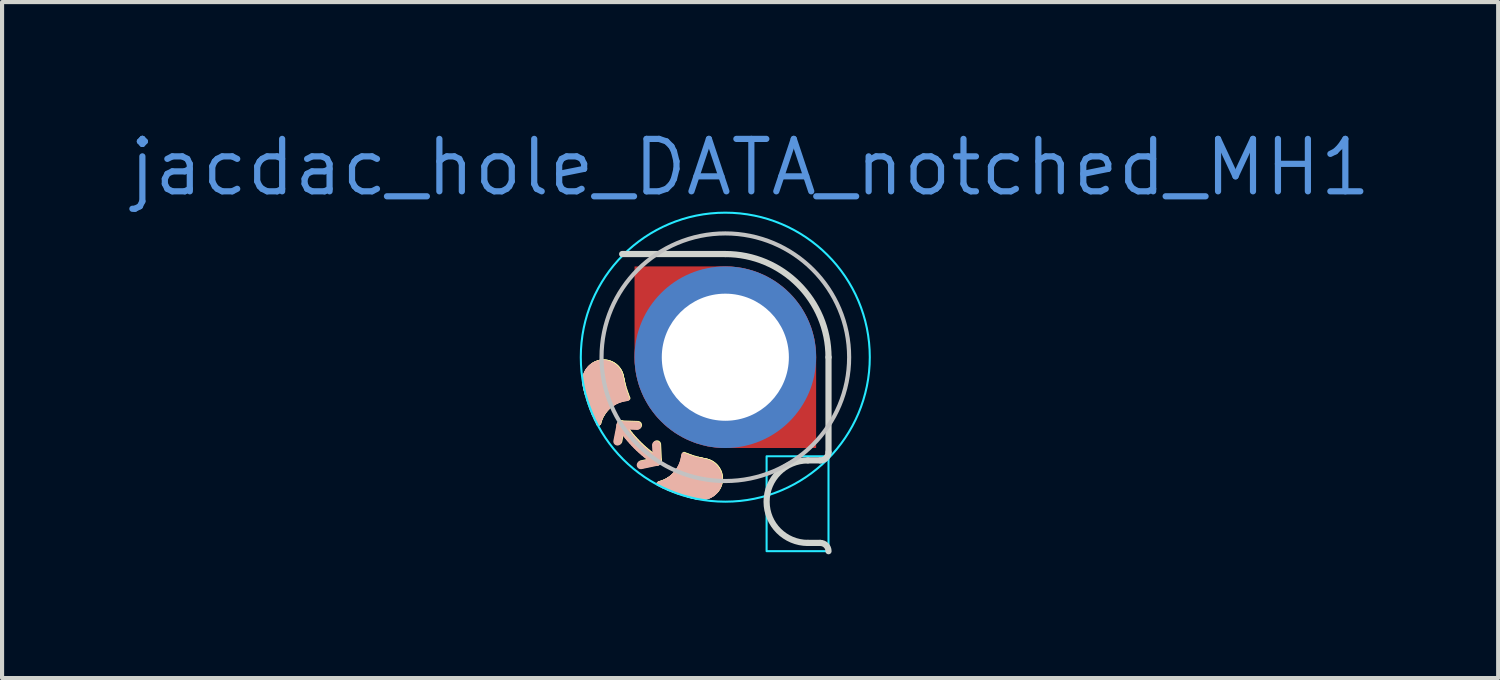
<source format=kicad_pcb>
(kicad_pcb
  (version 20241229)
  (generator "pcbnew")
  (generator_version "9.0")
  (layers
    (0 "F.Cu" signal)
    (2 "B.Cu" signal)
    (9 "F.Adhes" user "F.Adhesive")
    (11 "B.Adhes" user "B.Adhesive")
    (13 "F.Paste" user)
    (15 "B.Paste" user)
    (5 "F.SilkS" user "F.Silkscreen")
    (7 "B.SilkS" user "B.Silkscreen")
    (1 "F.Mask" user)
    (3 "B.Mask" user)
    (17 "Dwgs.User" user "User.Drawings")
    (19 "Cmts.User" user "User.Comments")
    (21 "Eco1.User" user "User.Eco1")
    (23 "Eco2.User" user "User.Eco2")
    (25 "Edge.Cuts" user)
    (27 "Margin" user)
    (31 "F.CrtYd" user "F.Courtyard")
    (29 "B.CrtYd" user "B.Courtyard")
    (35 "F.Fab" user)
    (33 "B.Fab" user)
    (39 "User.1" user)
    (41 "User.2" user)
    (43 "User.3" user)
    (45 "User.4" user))
  (footprint "jacdac_hole_DATA_notched_MH1"
    (layer "F.Cu")
    (at 14.526 5.606)
    (property "Reference" "jacdac_hole_DATA_notched_MH1" (at 0.6 -4.6 0) (layer "Cmts.User") (effects (font (size 1.27 1.27) (thickness 0.15))))
    (attr through_hole)
    (fp_poly (pts (arc (start 2.5 0) (mid 1.767767 -1.767767) (end 0 -2.5)) (xy -2.5 -2.5) (arc (start -2.5 0) (mid -1.767767 1.767767) (end 0 2.5)) (xy 2.5 2.5)) (stroke (width 0) (type solid)) (fill yes) (layer "F.Mask"))
    (fp_circle (center 0 0) (end 2.5 0) (stroke (width 0) (type solid)) (fill yes) (layer "B.Mask"))
    (fp_line (start -3.399 0.554) (end -3.399 0.576) (stroke (width 0.1) (type solid)) (layer "F.SilkS"))
    (fp_line (start -3.399 0.532) (end -3.399 0.554) (stroke (width 0.1) (type solid)) (layer "F.SilkS"))
    (fp_line (start -3.399 0.576) (end -3.397 0.599) (stroke (width 0.1) (type solid)) (layer "F.SilkS"))
    (fp_line (start -3.397 0.51) (end -3.399 0.532) (stroke (width 0.1) (type solid)) (layer "F.SilkS"))
    (fp_line (start -3.397 0.599) (end -3.394 0.622) (stroke (width 0.1) (type solid)) (layer "F.SilkS"))
    (fp_line (start -3.394 0.488) (end -3.397 0.51) (stroke (width 0.1) (type solid)) (layer "F.SilkS"))
    (fp_line (start -3.394 0.622) (end -3.368 0.749) (stroke (width 0.1) (type solid)) (layer "F.SilkS"))
    (fp_line (start -3.394 0.622) (end -3.39 0.644) (stroke (width 0.1) (type solid)) (layer "F.SilkS"))
    (fp_line (start -3.391 0.466) (end -3.394 0.488) (stroke (width 0.1) (type solid)) (layer "F.SilkS"))
    (fp_line (start -3.386 0.445) (end -3.391 0.466) (stroke (width 0.1) (type solid)) (layer "F.SilkS"))
    (fp_line (start -3.38 0.424) (end -3.386 0.445) (stroke (width 0.1) (type solid)) (layer "F.SilkS"))
    (fp_line (start -3.373 0.404) (end -3.38 0.424) (stroke (width 0.1) (type solid)) (layer "F.SilkS"))
    (fp_line (start -3.368 0.749) (end -3.338 0.875) (stroke (width 0.1) (type solid)) (layer "F.SilkS"))
    (fp_line (start -3.366 0.383) (end -3.373 0.404) (stroke (width 0.1) (type solid)) (layer "F.SilkS"))
    (fp_line (start -3.357 0.364) (end -3.366 0.383) (stroke (width 0.1) (type solid)) (layer "F.SilkS"))
    (fp_line (start -3.348 0.344) (end -3.357 0.364) (stroke (width 0.1) (type solid)) (layer "F.SilkS"))
    (fp_line (start -3.338 0.875) (end -3.302 0.999) (stroke (width 0.1) (type solid)) (layer "F.SilkS"))
    (fp_line (start -3.337 0.326) (end -3.348 0.344) (stroke (width 0.1) (type solid)) (layer "F.SilkS"))
    (fp_line (start -3.326 0.307) (end -3.337 0.326) (stroke (width 0.1) (type solid)) (layer "F.SilkS"))
    (fp_line (start -3.314 0.29) (end -3.326 0.307) (stroke (width 0.1) (type solid)) (layer "F.SilkS"))
    (fp_line (start -3.302 0.999) (end -3.263 1.122) (stroke (width 0.1) (type solid)) (layer "F.SilkS"))
    (fp_line (start -3.3 0.272) (end -3.314 0.29) (stroke (width 0.1) (type solid)) (layer "F.SilkS"))
    (fp_line (start -3.287 0.256) (end -3.3 0.272) (stroke (width 0.1) (type solid)) (layer "F.SilkS"))
    (fp_line (start -3.272 0.24) (end -3.287 0.256) (stroke (width 0.1) (type solid)) (layer "F.SilkS"))
    (fp_line (start -3.263 1.122) (end -3.218 1.244) (stroke (width 0.1) (type solid)) (layer "F.SilkS"))
    (fp_line (start -3.257 0.225) (end -3.272 0.24) (stroke (width 0.1) (type solid)) (layer "F.SilkS"))
    (fp_line (start -3.24 0.211) (end -3.257 0.225) (stroke (width 0.1) (type solid)) (layer "F.SilkS"))
    (fp_line (start -3.224 0.197) (end -3.24 0.211) (stroke (width 0.1) (type solid)) (layer "F.SilkS"))
    (fp_line (start -3.218 1.244) (end -3.169 1.363) (stroke (width 0.1) (type solid)) (layer "F.SilkS"))
    (fp_line (start -3.206 0.184) (end -3.224 0.197) (stroke (width 0.1) (type solid)) (layer "F.SilkS"))
    (fp_line (start -3.188 0.172) (end -3.206 0.184) (stroke (width 0.1) (type solid)) (layer "F.SilkS"))
    (fp_line (start -3.169 1.363) (end -3.116 1.481) (stroke (width 0.1) (type solid)) (layer "F.SilkS"))
    (fp_line (start -3.169 0.161) (end -3.188 0.172) (stroke (width 0.1) (type solid)) (layer "F.SilkS"))
    (fp_line (start -3.149 0.15) (end -3.169 0.161) (stroke (width 0.1) (type solid)) (layer "F.SilkS"))
    (fp_line (start -3.129 0.141) (end -3.149 0.15) (stroke (width 0.1) (type solid)) (layer "F.SilkS"))
    (fp_line (start -3.116 1.481) (end -3.058 1.597) (stroke (width 0.1) (type solid)) (layer "F.SilkS"))
    (fp_line (start -3.108 0.133) (end -3.129 0.141) (stroke (width 0.1) (type solid)) (layer "F.SilkS"))
    (fp_line (start -3.087 0.125) (end -3.108 0.133) (stroke (width 0.1) (type solid)) (layer "F.SilkS"))
    (fp_line (start -3.069 1.236) (end -3.069 1.261) (stroke (width 0.33) (type solid)) (layer "F.SilkS"))
    (fp_line (start -3.069 1.261) (end -3.066 1.286) (stroke (width 0.33) (type solid)) (layer "F.SilkS"))
    (fp_line (start -3.069 1.211) (end -3.069 1.236) (stroke (width 0.33) (type solid)) (layer "F.SilkS"))
    (fp_line (start -3.066 1.286) (end -3.062 1.311) (stroke (width 0.33) (type solid)) (layer "F.SilkS"))
    (fp_line (start -3.066 1.186) (end -3.069 1.211) (stroke (width 0.33) (type solid)) (layer "F.SilkS"))
    (fp_line (start -3.065 0.119) (end -3.087 0.125) (stroke (width 0.1) (type solid)) (layer "F.SilkS"))
    (fp_line (start -3.062 1.161) (end -3.066 1.186) (stroke (width 0.33) (type solid)) (layer "F.SilkS"))
    (fp_line (start -3.058 1.597) (end -3.058 1.597) (stroke (width 0.1) (type solid)) (layer "F.SilkS"))
    (fp_line (start -3.058 1.597) (end -3.049 1.566) (stroke (width 0.1) (type solid)) (layer "F.SilkS"))
    (fp_line (start -3.056 1.137) (end -3.062 1.161) (stroke (width 0.33) (type solid)) (layer "F.SilkS"))
    (fp_line (start -3.049 1.566) (end -3.04 1.536) (stroke (width 0.1) (type solid)) (layer "F.SilkS"))
    (fp_line (start -3.048 1.114) (end -3.056 1.137) (stroke (width 0.33) (type solid)) (layer "F.SilkS"))
    (fp_line (start -3.043 0.113) (end -3.065 0.119) (stroke (width 0.1) (type solid)) (layer "F.SilkS"))
    (fp_line (start -3.043 0.113) (end -3.043 0.113) (stroke (width 0.1) (type solid)) (layer "F.SilkS"))
    (fp_line (start -3.04 1.536) (end -3.029 1.506) (stroke (width 0.1) (type solid)) (layer "F.SilkS"))
    (fp_line (start -3.039 1.09) (end -3.048 1.114) (stroke (width 0.33) (type solid)) (layer "F.SilkS"))
    (fp_line (start -3.029 1.506) (end -3.017 1.477) (stroke (width 0.1) (type solid)) (layer "F.SilkS"))
    (fp_line (start -3.029 1.068) (end -3.039 1.09) (stroke (width 0.33) (type solid)) (layer "F.SilkS"))
    (fp_line (start -3.02 0.109) (end -3.043 0.113) (stroke (width 0.1) (type solid)) (layer "F.SilkS"))
    (fp_line (start -3.017 1.477) (end -3.005 1.448) (stroke (width 0.1) (type solid)) (layer "F.SilkS"))
    (fp_line (start -3.017 1.046) (end -3.029 1.068) (stroke (width 0.33) (type solid)) (layer "F.SilkS"))
    (fp_line (start -3.005 1.448) (end -2.991 1.42) (stroke (width 0.1) (type solid)) (layer "F.SilkS"))
    (fp_line (start -3.003 1.025) (end -3.017 1.046) (stroke (width 0.33) (type solid)) (layer "F.SilkS"))
    (fp_line (start -2.997 0.106) (end -3.02 0.109) (stroke (width 0.1) (type solid)) (layer "F.SilkS"))
    (fp_line (start -2.991 1.42) (end -2.976 1.393) (stroke (width 0.1) (type solid)) (layer "F.SilkS"))
    (fp_line (start -2.988 1.005) (end -3.003 1.025) (stroke (width 0.33) (type solid)) (layer "F.SilkS"))
    (fp_line (start -2.976 1.393) (end -2.96 1.367) (stroke (width 0.1) (type solid)) (layer "F.SilkS"))
    (fp_line (start -2.975 0.104) (end -2.997 0.106) (stroke (width 0.1) (type solid)) (layer "F.SilkS"))
    (fp_line (start -2.971 0.986) (end -2.988 1.005) (stroke (width 0.33) (type solid)) (layer "F.SilkS"))
    (fp_line (start -2.96 1.367) (end -2.943 1.341) (stroke (width 0.1) (type solid)) (layer "F.SilkS"))
    (fp_line (start -2.954 0.968) (end -2.971 0.986) (stroke (width 0.33) (type solid)) (layer "F.SilkS"))
    (fp_line (start -2.952 0.104) (end -2.975 0.104) (stroke (width 0.1) (type solid)) (layer "F.SilkS"))
    (fp_line (start -2.947 0.566) (end -2.94 0.603) (stroke (width 1) (type solid)) (layer "F.SilkS"))
    (fp_line (start -2.943 1.341) (end -2.925 1.316) (stroke (width 0.1) (type solid)) (layer "F.SilkS"))
    (fp_line (start -2.94 0.603) (end -2.932 0.639) (stroke (width 1) (type solid)) (layer "F.SilkS"))
    (fp_line (start -2.934 0.951) (end -2.954 0.968) (stroke (width 0.33) (type solid)) (layer "F.SilkS"))
    (fp_line (start -2.934 0.951) (end -2.934 0.951) (stroke (width 0.33) (type solid)) (layer "F.SilkS"))
    (fp_line (start -2.932 0.639) (end -2.924 0.675) (stroke (width 1) (type solid)) (layer "F.SilkS"))
    (fp_line (start -2.93 0.104) (end -2.952 0.104) (stroke (width 0.1) (type solid)) (layer "F.SilkS"))
    (fp_line (start -2.925 1.316) (end -2.907 1.291) (stroke (width 0.1) (type solid)) (layer "F.SilkS"))
    (fp_line (start -2.924 0.675) (end -2.915 0.711) (stroke (width 1) (type solid)) (layer "F.SilkS"))
    (fp_line (start -2.914 0.936) (end -2.934 0.951) (stroke (width 0.33) (type solid)) (layer "F.SilkS"))
    (fp_line (start -2.908 0.105) (end -2.93 0.104) (stroke (width 0.1) (type solid)) (layer "F.SilkS"))
    (fp_line (start -2.907 1.291) (end -2.887 1.268) (stroke (width 0.1) (type solid)) (layer "F.SilkS"))
    (fp_line (start -2.893 0.922) (end -2.914 0.936) (stroke (width 0.33) (type solid)) (layer "F.SilkS"))
    (fp_line (start -2.887 1.268) (end -2.866 1.245) (stroke (width 0.1) (type solid)) (layer "F.SilkS"))
    (fp_line (start -2.886 0.108) (end -2.908 0.105) (stroke (width 0.1) (type solid)) (layer "F.SilkS"))
    (fp_line (start -2.871 0.909) (end -2.893 0.922) (stroke (width 0.33) (type solid)) (layer "F.SilkS"))
    (fp_line (start -2.866 1.245) (end -2.845 1.223) (stroke (width 0.1) (type solid)) (layer "F.SilkS"))
    (fp_line (start -2.865 0.111) (end -2.886 0.108) (stroke (width 0.1) (type solid)) (layer "F.SilkS"))
    (fp_line (start -2.848 0.898) (end -2.871 0.909) (stroke (width 0.33) (type solid)) (layer "F.SilkS"))
    (fp_line (start -2.845 1.223) (end -2.823 1.202) (stroke (width 0.1) (type solid)) (layer "F.SilkS"))
    (fp_line (start -2.843 0.116) (end -2.865 0.111) (stroke (width 0.1) (type solid)) (layer "F.SilkS"))
    (fp_line (start -2.825 0.889) (end -2.848 0.898) (stroke (width 0.33) (type solid)) (layer "F.SilkS"))
    (fp_line (start -2.823 1.202) (end -2.8 1.181) (stroke (width 0.1) (type solid)) (layer "F.SilkS"))
    (fp_line (start -2.822 0.122) (end -2.843 0.116) (stroke (width 0.1) (type solid)) (layer "F.SilkS"))
    (fp_line (start -2.802 0.128) (end -2.822 0.122) (stroke (width 0.1) (type solid)) (layer "F.SilkS"))
    (fp_line (start -2.802 0.881) (end -2.825 0.889) (stroke (width 0.33) (type solid)) (layer "F.SilkS"))
    (fp_line (start -2.8 1.181) (end -2.776 1.162) (stroke (width 0.1) (type solid)) (layer "F.SilkS"))
    (fp_line (start -2.782 0.136) (end -2.802 0.128) (stroke (width 0.1) (type solid)) (layer "F.SilkS"))
    (fp_line (start -2.777 0.875) (end -2.802 0.881) (stroke (width 0.33) (type solid)) (layer "F.SilkS"))
    (fp_line (start -2.776 1.162) (end -2.752 1.144) (stroke (width 0.1) (type solid)) (layer "F.SilkS"))
    (fp_line (start -2.762 0.144) (end -2.782 0.136) (stroke (width 0.1) (type solid)) (layer "F.SilkS"))
    (fp_line (start -2.753 0.871) (end -2.777 0.875) (stroke (width 0.33) (type solid)) (layer "F.SilkS"))
    (fp_line (start -2.752 1.144) (end -2.727 1.126) (stroke (width 0.1) (type solid)) (layer "F.SilkS"))
    (fp_line (start -2.742 0.154) (end -2.762 0.144) (stroke (width 0.1) (type solid)) (layer "F.SilkS"))
    (fp_line (start -2.728 0.868) (end -2.753 0.871) (stroke (width 0.33) (type solid)) (layer "F.SilkS"))
    (fp_line (start -2.727 1.126) (end -2.701 1.109) (stroke (width 0.1) (type solid)) (layer "F.SilkS"))
    (fp_line (start -2.724 0.164) (end -2.742 0.154) (stroke (width 0.1) (type solid)) (layer "F.SilkS"))
    (fp_line (start -2.705 0.175) (end -2.724 0.164) (stroke (width 0.1) (type solid)) (layer "F.SilkS"))
    (fp_line (start -2.704 0.867) (end -2.728 0.868) (stroke (width 0.33) (type solid)) (layer "F.SilkS"))
    (fp_line (start -2.701 1.109) (end -2.675 1.094) (stroke (width 0.1) (type solid)) (layer "F.SilkS"))
    (fp_line (start -2.687 0.187) (end -2.705 0.175) (stroke (width 0.1) (type solid)) (layer "F.SilkS"))
    (fp_line (start -2.679 0.868) (end -2.704 0.867) (stroke (width 0.33) (type solid)) (layer "F.SilkS"))
    (fp_line (start -2.675 1.094) (end -2.648 1.079) (stroke (width 0.1) (type solid)) (layer "F.SilkS"))
    (fp_line (start -2.67 0.2) (end -2.687 0.187) (stroke (width 0.1) (type solid)) (layer "F.SilkS"))
    (fp_line (start -2.654 0.87) (end -2.679 0.868) (stroke (width 0.33) (type solid)) (layer "F.SilkS"))
    (fp_line (start -2.654 0.214) (end -2.67 0.2) (stroke (width 0.1) (type solid)) (layer "F.SilkS"))
    (fp_line (start -2.648 1.079) (end -2.62 1.066) (stroke (width 0.1) (type solid)) (layer "F.SilkS"))
    (fp_line (start -2.638 0.229) (end -2.654 0.214) (stroke (width 0.1) (type solid)) (layer "F.SilkS"))
    (fp_line (start -2.629 0.874) (end -2.654 0.87) (stroke (width 0.33) (type solid)) (layer "F.SilkS"))
    (fp_line (start -2.622 0.244) (end -2.638 0.229) (stroke (width 0.1) (type solid)) (layer "F.SilkS"))
    (fp_line (start -2.62 1.066) (end -2.592 1.053) (stroke (width 0.1) (type solid)) (layer "F.SilkS"))
    (fp_line (start -2.608 0.26) (end -2.622 0.244) (stroke (width 0.1) (type solid)) (layer "F.SilkS"))
    (fp_line (start -2.605 0.879) (end -2.629 0.874) (stroke (width 0.33) (type solid)) (layer "F.SilkS"))
    (fp_line (start -2.594 0.277) (end -2.608 0.26) (stroke (width 0.1) (type solid)) (layer "F.SilkS"))
    (fp_line (start -2.594 2.023) (end -2.518 1.63) (stroke (width 0.2) (type solid)) (layer "F.SilkS"))
    (fp_line (start -2.592 1.053) (end -2.563 1.042) (stroke (width 0.1) (type solid)) (layer "F.SilkS"))
    (fp_line (start -2.581 0.294) (end -2.594 0.277) (stroke (width 0.1) (type solid)) (layer "F.SilkS"))
    (fp_line (start -2.58 0.887) (end -2.605 0.879) (stroke (width 0.33) (type solid)) (layer "F.SilkS"))
    (fp_line (start -2.569 0.312) (end -2.581 0.294) (stroke (width 0.1) (type solid)) (layer "F.SilkS"))
    (fp_line (start -2.563 1.042) (end -2.534 1.031) (stroke (width 0.1) (type solid)) (layer "F.SilkS"))
    (fp_line (start -2.558 0.331) (end -2.569 0.312) (stroke (width 0.1) (type solid)) (layer "F.SilkS"))
    (fp_line (start -2.556 0.896) (end -2.58 0.887) (stroke (width 0.33) (type solid)) (layer "F.SilkS"))
    (fp_line (start -2.547 0.351) (end -2.558 0.331) (stroke (width 0.1) (type solid)) (layer "F.SilkS"))
    (fp_line (start -2.538 0.371) (end -2.547 0.351) (stroke (width 0.1) (type solid)) (layer "F.SilkS"))
    (fp_line (start -2.534 1.031) (end -2.504 1.022) (stroke (width 0.1) (type solid)) (layer "F.SilkS"))
    (fp_line (start -2.529 0.392) (end -2.538 0.371) (stroke (width 0.1) (type solid)) (layer "F.SilkS"))
    (fp_line (start -2.522 0.413) (end -2.529 0.392) (stroke (width 0.1) (type solid)) (layer "F.SilkS"))
    (fp_line (start -2.518 1.63) (end -2.474 1.696) (stroke (width 0.2) (type solid)) (layer "F.SilkS"))
    (fp_line (start -2.518 1.63) (end -2.118 1.644) (stroke (width 0.2) (type solid)) (layer "F.SilkS"))
    (fp_line (start -2.515 0.435) (end -2.522 0.413) (stroke (width 0.1) (type solid)) (layer "F.SilkS"))
    (fp_line (start -2.51 0.457) (end -2.515 0.435) (stroke (width 0.1) (type solid)) (layer "F.SilkS"))
    (fp_line (start -2.51 0.457) (end -2.497 0.523) (stroke (width 0.1) (type solid)) (layer "F.SilkS"))
    (fp_line (start -2.504 1.022) (end -2.474 1.014) (stroke (width 0.1) (type solid)) (layer "F.SilkS"))
    (fp_line (start -2.497 0.523) (end -2.482 0.588) (stroke (width 0.1) (type solid)) (layer "F.SilkS"))
    (fp_line (start -2.482 0.588) (end -2.466 0.653) (stroke (width 0.1) (type solid)) (layer "F.SilkS"))
    (fp_line (start -2.474 1.696) (end -2.428 1.76) (stroke (width 0.2) (type solid)) (layer "F.SilkS"))
    (fp_line (start -2.474 1.014) (end -2.443 1.007) (stroke (width 0.1) (type solid)) (layer "F.SilkS"))
    (fp_line (start -2.466 0.653) (end -2.448 0.717) (stroke (width 0.1) (type solid)) (layer "F.SilkS"))
    (fp_line (start -2.448 0.717) (end -2.428 0.781) (stroke (width 0.1) (type solid)) (layer "F.SilkS"))
    (fp_line (start -2.443 1.007) (end -2.412 1.001) (stroke (width 0.1) (type solid)) (layer "F.SilkS"))
    (fp_line (start -2.428 1.76) (end -2.381 1.823) (stroke (width 0.2) (type solid)) (layer "F.SilkS"))
    (fp_line (start -2.428 0.781) (end -2.406 0.844) (stroke (width 0.1) (type solid)) (layer "F.SilkS"))
    (fp_line (start -2.412 1.001) (end -2.38 0.997) (stroke (width 0.1) (type solid)) (layer "F.SilkS"))
    (fp_line (start -2.406 0.844) (end -2.383 0.907) (stroke (width 0.1) (type solid)) (layer "F.SilkS"))
    (fp_line (start -2.383 0.907) (end -2.359 0.969) (stroke (width 0.1) (type solid)) (layer "F.SilkS"))
    (fp_line (start -2.381 1.823) (end -2.333 1.885) (stroke (width 0.2) (type solid)) (layer "F.SilkS"))
    (fp_line (start -2.38 0.997) (end -2.349 0.993) (stroke (width 0.1) (type solid)) (layer "F.SilkS"))
    (fp_line (start -2.333 1.885) (end -2.283 1.945) (stroke (width 0.2) (type solid)) (layer "F.SilkS"))
    (fp_line (start -2.283 1.945) (end -2.231 2.004) (stroke (width 0.2) (type solid)) (layer "F.SilkS"))
    (fp_line (start -2.231 2.004) (end -2.178 2.061) (stroke (width 0.2) (type solid)) (layer "F.SilkS"))
    (fp_line (start -2.178 2.061) (end -2.123 2.118) (stroke (width 0.2) (type solid)) (layer "F.SilkS"))
    (fp_line (start -2.123 2.118) (end -2.067 2.172) (stroke (width 0.2) (type solid)) (layer "F.SilkS"))
    (fp_line (start -2.067 2.172) (end -2.009 2.226) (stroke (width 0.2) (type solid)) (layer "F.SilkS"))
    (fp_line (start -2.009 2.226) (end -1.95 2.277) (stroke (width 0.2) (type solid)) (layer "F.SilkS"))
    (fp_line (start -1.95 2.277) (end -1.89 2.327) (stroke (width 0.2) (type solid)) (layer "F.SilkS"))
    (fp_line (start -1.89 2.327) (end -1.828 2.376) (stroke (width 0.2) (type solid)) (layer "F.SilkS"))
    (fp_line (start -1.828 2.376) (end -1.765 2.423) (stroke (width 0.2) (type solid)) (layer "F.SilkS"))
    (fp_line (start -1.765 2.423) (end -1.701 2.469) (stroke (width 0.2) (type solid)) (layer "F.SilkS"))
    (fp_line (start -1.701 2.469) (end -1.635 2.512) (stroke (width 0.2) (type solid)) (layer "F.SilkS"))
    (fp_line (start -1.635 2.512) (end -2.027 2.596) (stroke (width 0.2) (type solid)) (layer "F.SilkS"))
    (fp_line (start -1.635 2.512) (end -1.656 2.113) (stroke (width 0.2) (type solid)) (layer "F.SilkS"))
    (fp_line (start -1.602 3.053) (end -1.571 3.044) (stroke (width 0.1) (type solid)) (layer "F.SilkS"))
    (fp_line (start -1.602 3.053) (end -1.486 3.11) (stroke (width 0.1) (type solid)) (layer "F.SilkS"))
    (fp_line (start -1.571 3.044) (end -1.541 3.035) (stroke (width 0.1) (type solid)) (layer "F.SilkS"))
    (fp_line (start -1.541 3.035) (end -1.511 3.024) (stroke (width 0.1) (type solid)) (layer "F.SilkS"))
    (fp_line (start -1.511 3.024) (end -1.482 3.012) (stroke (width 0.1) (type solid)) (layer "F.SilkS"))
    (fp_line (start -1.486 3.11) (end -1.369 3.164) (stroke (width 0.1) (type solid)) (layer "F.SilkS"))
    (fp_line (start -1.482 3.012) (end -1.454 2.999) (stroke (width 0.1) (type solid)) (layer "F.SilkS"))
    (fp_line (start -1.454 2.999) (end -1.426 2.986) (stroke (width 0.1) (type solid)) (layer "F.SilkS"))
    (fp_line (start -1.426 2.986) (end -1.398 2.971) (stroke (width 0.1) (type solid)) (layer "F.SilkS"))
    (fp_line (start -1.398 2.971) (end -1.372 2.955) (stroke (width 0.1) (type solid)) (layer "F.SilkS"))
    (fp_line (start -1.372 2.955) (end -1.346 2.938) (stroke (width 0.1) (type solid)) (layer "F.SilkS"))
    (fp_line (start -1.369 3.164) (end -1.249 3.213) (stroke (width 0.1) (type solid)) (layer "F.SilkS"))
    (fp_line (start -1.346 2.938) (end -1.321 2.92) (stroke (width 0.1) (type solid)) (layer "F.SilkS"))
    (fp_line (start -1.321 2.92) (end -1.296 2.901) (stroke (width 0.1) (type solid)) (layer "F.SilkS"))
    (fp_line (start -1.317 3.057) (end -1.291 3.061) (stroke (width 0.33) (type solid)) (layer "F.SilkS"))
    (fp_line (start -1.296 2.901) (end -1.273 2.882) (stroke (width 0.1) (type solid)) (layer "F.SilkS"))
    (fp_line (start -1.291 3.061) (end -1.266 3.064) (stroke (width 0.33) (type solid)) (layer "F.SilkS"))
    (fp_line (start -1.273 2.882) (end -1.25 2.861) (stroke (width 0.1) (type solid)) (layer "F.SilkS"))
    (fp_line (start -1.266 3.064) (end -1.241 3.064) (stroke (width 0.33) (type solid)) (layer "F.SilkS"))
    (fp_line (start -1.25 2.861) (end -1.228 2.84) (stroke (width 0.1) (type solid)) (layer "F.SilkS"))
    (fp_line (start -1.249 3.213) (end -1.128 3.257) (stroke (width 0.1) (type solid)) (layer "F.SilkS"))
    (fp_line (start -1.241 3.064) (end -1.216 3.063) (stroke (width 0.33) (type solid)) (layer "F.SilkS"))
    (fp_line (start -1.228 2.84) (end -1.207 2.818) (stroke (width 0.1) (type solid)) (layer "F.SilkS"))
    (fp_line (start -1.216 3.063) (end -1.191 3.061) (stroke (width 0.33) (type solid)) (layer "F.SilkS"))
    (fp_line (start -1.207 2.818) (end -1.187 2.795) (stroke (width 0.1) (type solid)) (layer "F.SilkS"))
    (fp_line (start -1.191 3.061) (end -1.167 3.056) (stroke (width 0.33) (type solid)) (layer "F.SilkS"))
    (fp_line (start -1.187 2.795) (end -1.167 2.771) (stroke (width 0.1) (type solid)) (layer "F.SilkS"))
    (fp_line (start -1.167 2.771) (end -1.149 2.747) (stroke (width 0.1) (type solid)) (layer "F.SilkS"))
    (fp_line (start -1.167 3.056) (end -1.142 3.051) (stroke (width 0.33) (type solid)) (layer "F.SilkS"))
    (fp_line (start -1.149 2.747) (end -1.131 2.722) (stroke (width 0.1) (type solid)) (layer "F.SilkS"))
    (fp_line (start -1.142 3.051) (end -1.119 3.043) (stroke (width 0.33) (type solid)) (layer "F.SilkS"))
    (fp_line (start -1.131 2.722) (end -1.115 2.696) (stroke (width 0.1) (type solid)) (layer "F.SilkS"))
    (fp_line (start -1.128 3.257) (end -1.005 3.297) (stroke (width 0.1) (type solid)) (layer "F.SilkS"))
    (fp_line (start -1.119 3.043) (end -1.096 3.034) (stroke (width 0.33) (type solid)) (layer "F.SilkS"))
    (fp_line (start -1.115 2.696) (end -1.099 2.669) (stroke (width 0.1) (type solid)) (layer "F.SilkS"))
    (fp_line (start -1.099 2.669) (end -1.084 2.642) (stroke (width 0.1) (type solid)) (layer "F.SilkS"))
    (fp_line (start -1.096 3.034) (end -1.073 3.023) (stroke (width 0.33) (type solid)) (layer "F.SilkS"))
    (fp_line (start -1.084 2.642) (end -1.071 2.615) (stroke (width 0.1) (type solid)) (layer "F.SilkS"))
    (fp_line (start -1.073 3.023) (end -1.051 3.011) (stroke (width 0.33) (type solid)) (layer "F.SilkS"))
    (fp_line (start -1.071 2.615) (end -1.058 2.586) (stroke (width 0.1) (type solid)) (layer "F.SilkS"))
    (fp_line (start -1.058 2.586) (end -1.047 2.558) (stroke (width 0.1) (type solid)) (layer "F.SilkS"))
    (fp_line (start -1.051 3.011) (end -1.031 2.998) (stroke (width 0.33) (type solid)) (layer "F.SilkS"))
    (fp_line (start -1.047 2.558) (end -1.037 2.528) (stroke (width 0.1) (type solid)) (layer "F.SilkS"))
    (fp_line (start -1.037 2.528) (end -1.027 2.499) (stroke (width 0.1) (type solid)) (layer "F.SilkS"))
    (fp_line (start -1.031 2.998) (end -1.01 2.983) (stroke (width 0.33) (type solid)) (layer "F.SilkS"))
    (fp_line (start -1.027 2.499) (end -1.019 2.468) (stroke (width 0.1) (type solid)) (layer "F.SilkS"))
    (fp_line (start -1.019 2.468) (end -1.012 2.438) (stroke (width 0.1) (type solid)) (layer "F.SilkS"))
    (fp_line (start -1.012 2.438) (end -1.006 2.407) (stroke (width 0.1) (type solid)) (layer "F.SilkS"))
    (fp_line (start -1.01 2.983) (end -0.991 2.966) (stroke (width 0.33) (type solid)) (layer "F.SilkS"))
    (fp_line (start -1.006 2.407) (end -1.002 2.375) (stroke (width 0.1) (type solid)) (layer "F.SilkS"))
    (fp_line (start -1.005 3.297) (end -0.88 3.333) (stroke (width 0.1) (type solid)) (layer "F.SilkS"))
    (fp_line (start -1.002 2.375) (end -0.999 2.343) (stroke (width 0.1) (type solid)) (layer "F.SilkS"))
    (fp_line (start -0.991 2.966) (end -0.973 2.948) (stroke (width 0.33) (type solid)) (layer "F.SilkS"))
    (fp_line (start -0.974 2.353) (end -0.912 2.378) (stroke (width 0.1) (type solid)) (layer "F.SilkS"))
    (fp_line (start -0.973 2.948) (end -0.956 2.929) (stroke (width 0.33) (type solid)) (layer "F.SilkS"))
    (fp_line (start -0.956 2.929) (end -0.956 2.929) (stroke (width 0.33) (type solid)) (layer "F.SilkS"))
    (fp_line (start -0.956 2.929) (end -0.941 2.909) (stroke (width 0.33) (type solid)) (layer "F.SilkS"))
    (fp_line (start -0.941 2.909) (end -0.927 2.888) (stroke (width 0.33) (type solid)) (layer "F.SilkS"))
    (fp_line (start -0.927 2.888) (end -0.914 2.866) (stroke (width 0.33) (type solid)) (layer "F.SilkS"))
    (fp_line (start -0.914 2.866) (end -0.903 2.843) (stroke (width 0.33) (type solid)) (layer "F.SilkS"))
    (fp_line (start -0.912 2.378) (end -0.849 2.401) (stroke (width 0.1) (type solid)) (layer "F.SilkS"))
    (fp_line (start -0.903 2.843) (end -0.894 2.82) (stroke (width 0.33) (type solid)) (layer "F.SilkS"))
    (fp_line (start -0.894 2.82) (end -0.887 2.796) (stroke (width 0.33) (type solid)) (layer "F.SilkS"))
    (fp_line (start -0.892 2.575) (end -0.901 2.551) (stroke (width 0.33) (type solid)) (layer "F.SilkS"))
    (fp_line (start -0.887 2.796) (end -0.881 2.772) (stroke (width 0.33) (type solid)) (layer "F.SilkS"))
    (fp_line (start -0.885 2.599) (end -0.892 2.575) (stroke (width 0.33) (type solid)) (layer "F.SilkS"))
    (fp_line (start -0.881 2.772) (end -0.876 2.748) (stroke (width 0.33) (type solid)) (layer "F.SilkS"))
    (fp_line (start -0.88 3.333) (end -0.754 3.363) (stroke (width 0.1) (type solid)) (layer "F.SilkS"))
    (fp_line (start -0.879 2.624) (end -0.885 2.599) (stroke (width 0.33) (type solid)) (layer "F.SilkS"))
    (fp_line (start -0.876 2.748) (end -0.873 2.723) (stroke (width 0.33) (type solid)) (layer "F.SilkS"))
    (fp_line (start -0.875 2.649) (end -0.879 2.624) (stroke (width 0.33) (type solid)) (layer "F.SilkS"))
    (fp_line (start -0.873 2.723) (end -0.872 2.698) (stroke (width 0.33) (type solid)) (layer "F.SilkS"))
    (fp_line (start -0.873 2.674) (end -0.875 2.649) (stroke (width 0.33) (type solid)) (layer "F.SilkS"))
    (fp_line (start -0.872 2.698) (end -0.873 2.674) (stroke (width 0.33) (type solid)) (layer "F.SilkS"))
    (fp_line (start -0.849 2.401) (end -0.786 2.423) (stroke (width 0.1) (type solid)) (layer "F.SilkS"))
    (fp_line (start -0.786 2.423) (end -0.722 2.442) (stroke (width 0.1) (type solid)) (layer "F.SilkS"))
    (fp_line (start -0.754 3.363) (end -0.628 3.389) (stroke (width 0.1) (type solid)) (layer "F.SilkS"))
    (fp_line (start -0.722 2.442) (end -0.658 2.46) (stroke (width 0.1) (type solid)) (layer "F.SilkS"))
    (fp_line (start -0.716 2.91) (end -0.68 2.919) (stroke (width 1) (type solid)) (layer "F.SilkS"))
    (fp_line (start -0.68 2.919) (end -0.644 2.927) (stroke (width 1) (type solid)) (layer "F.SilkS"))
    (fp_line (start -0.658 2.46) (end -0.593 2.477) (stroke (width 0.1) (type solid)) (layer "F.SilkS"))
    (fp_line (start -0.644 2.927) (end -0.608 2.934) (stroke (width 1) (type solid)) (layer "F.SilkS"))
    (fp_line (start -0.62 3.39) (end -0.649 3.385) (stroke (width 0.1) (type solid)) (layer "F.SilkS"))
    (fp_line (start -0.608 2.934) (end -0.571 2.942) (stroke (width 1) (type solid)) (layer "F.SilkS"))
    (fp_line (start -0.593 2.477) (end -0.528 2.491) (stroke (width 0.1) (type solid)) (layer "F.SilkS"))
    (fp_line (start -0.59 3.393) (end -0.62 3.39) (stroke (width 0.1) (type solid)) (layer "F.SilkS"))
    (fp_line (start -0.561 3.395) (end -0.59 3.393) (stroke (width 0.1) (type solid)) (layer "F.SilkS"))
    (fp_line (start -0.531 3.394) (end -0.561 3.395) (stroke (width 0.1) (type solid)) (layer "F.SilkS"))
    (fp_line (start -0.528 2.491) (end -0.462 2.504) (stroke (width 0.1) (type solid)) (layer "F.SilkS"))
    (fp_line (start -0.502 3.391) (end -0.531 3.394) (stroke (width 0.1) (type solid)) (layer "F.SilkS"))
    (fp_line (start -0.473 3.387) (end -0.502 3.391) (stroke (width 0.1) (type solid)) (layer "F.SilkS"))
    (fp_line (start -0.462 2.504) (end -0.462 2.504) (stroke (width 0.1) (type solid)) (layer "F.SilkS"))
    (fp_line (start -0.462 2.504) (end -0.433 2.512) (stroke (width 0.1) (type solid)) (layer "F.SilkS"))
    (fp_line (start -0.445 3.381) (end -0.473 3.387) (stroke (width 0.1) (type solid)) (layer "F.SilkS"))
    (fp_line (start -0.433 2.512) (end -0.405 2.521) (stroke (width 0.1) (type solid)) (layer "F.SilkS"))
    (fp_line (start -0.417 3.373) (end -0.445 3.381) (stroke (width 0.1) (type solid)) (layer "F.SilkS"))
    (fp_line (start -0.405 2.521) (end -0.377 2.531) (stroke (width 0.1) (type solid)) (layer "F.SilkS"))
    (fp_line (start -0.389 3.363) (end -0.417 3.373) (stroke (width 0.1) (type solid)) (layer "F.SilkS"))
    (fp_line (start -0.377 2.531) (end -0.351 2.544) (stroke (width 0.1) (type solid)) (layer "F.SilkS"))
    (fp_line (start -0.363 3.351) (end -0.389 3.363) (stroke (width 0.1) (type solid)) (layer "F.SilkS"))
    (fp_line (start -0.351 2.544) (end -0.325 2.558) (stroke (width 0.1) (type solid)) (layer "F.SilkS"))
    (fp_line (start -0.337 3.338) (end -0.363 3.351) (stroke (width 0.1) (type solid)) (layer "F.SilkS"))
    (fp_line (start -0.325 2.558) (end -0.3 2.574) (stroke (width 0.1) (type solid)) (layer "F.SilkS"))
    (fp_line (start -0.312 3.323) (end -0.337 3.338) (stroke (width 0.1) (type solid)) (layer "F.SilkS"))
    (fp_line (start -0.3 2.574) (end -0.277 2.591) (stroke (width 0.1) (type solid)) (layer "F.SilkS"))
    (fp_line (start -0.287 3.306) (end -0.312 3.323) (stroke (width 0.1) (type solid)) (layer "F.SilkS"))
    (fp_line (start -0.277 2.591) (end -0.255 2.61) (stroke (width 0.1) (type solid)) (layer "F.SilkS"))
    (fp_line (start -0.264 3.287) (end -0.287 3.306) (stroke (width 0.1) (type solid)) (layer "F.SilkS"))
    (fp_line (start -0.255 2.61) (end -0.234 2.63) (stroke (width 0.1) (type solid)) (layer "F.SilkS"))
    (fp_line (start -0.242 3.267) (end -0.264 3.287) (stroke (width 0.1) (type solid)) (layer "F.SilkS"))
    (fp_line (start -0.234 2.63) (end -0.214 2.652) (stroke (width 0.1) (type solid)) (layer "F.SilkS"))
    (fp_line (start -0.221 3.246) (end -0.242 3.267) (stroke (width 0.1) (type solid)) (layer "F.SilkS"))
    (fp_line (start -0.221 3.246) (end -0.221 3.246) (stroke (width 0.1) (type solid)) (layer "F.SilkS"))
    (fp_line (start -0.214 2.652) (end -0.196 2.675) (stroke (width 0.1) (type solid)) (layer "F.SilkS"))
    (fp_line (start -0.202 3.223) (end -0.221 3.246) (stroke (width 0.1) (type solid)) (layer "F.SilkS"))
    (fp_line (start -0.196 2.675) (end -0.179 2.699) (stroke (width 0.1) (type solid)) (layer "F.SilkS"))
    (fp_line (start -0.184 3.199) (end -0.202 3.223) (stroke (width 0.1) (type solid)) (layer "F.SilkS"))
    (fp_line (start -0.179 2.699) (end -0.164 2.724) (stroke (width 0.1) (type solid)) (layer "F.SilkS"))
    (fp_line (start -0.169 3.174) (end -0.184 3.199) (stroke (width 0.1) (type solid)) (layer "F.SilkS"))
    (fp_line (start -0.164 2.724) (end -0.15 2.75) (stroke (width 0.1) (type solid)) (layer "F.SilkS"))
    (fp_line (start -0.154 3.148) (end -0.169 3.174) (stroke (width 0.1) (type solid)) (layer "F.SilkS"))
    (fp_line (start -0.15 2.75) (end -0.138 2.777) (stroke (width 0.1) (type solid)) (layer "F.SilkS"))
    (fp_line (start -0.142 3.121) (end -0.154 3.148) (stroke (width 0.1) (type solid)) (layer "F.SilkS"))
    (fp_line (start -0.138 2.777) (end -0.128 2.805) (stroke (width 0.1) (type solid)) (layer "F.SilkS"))
    (fp_line (start -0.131 3.094) (end -0.142 3.121) (stroke (width 0.1) (type solid)) (layer "F.SilkS"))
    (fp_line (start -0.128 2.805) (end -0.128 2.805) (stroke (width 0.1) (type solid)) (layer "F.SilkS"))
    (fp_line (start -0.128 2.805) (end -0.12 2.834) (stroke (width 0.1) (type solid)) (layer "F.SilkS"))
    (fp_line (start -0.123 3.066) (end -0.131 3.094) (stroke (width 0.1) (type solid)) (layer "F.SilkS"))
    (fp_line (start -0.12 2.834) (end -0.113 2.863) (stroke (width 0.1) (type solid)) (layer "F.SilkS"))
    (fp_line (start -0.116 3.038) (end -0.123 3.066) (stroke (width 0.1) (type solid)) (layer "F.SilkS"))
    (fp_line (start -0.113 2.863) (end -0.109 2.893) (stroke (width 0.1) (type solid)) (layer "F.SilkS"))
    (fp_line (start -0.111 3.009) (end -0.116 3.038) (stroke (width 0.1) (type solid)) (layer "F.SilkS"))
    (fp_line (start -0.109 2.893) (end -0.106 2.922) (stroke (width 0.1) (type solid)) (layer "F.SilkS"))
    (fp_line (start -0.107 2.98) (end -0.111 3.009) (stroke (width 0.1) (type solid)) (layer "F.SilkS"))
    (fp_line (start -0.106 2.922) (end -0.106 2.951) (stroke (width 0.1) (type solid)) (layer "F.SilkS"))
    (fp_line (start -0.106 2.951) (end -0.107 2.98) (stroke (width 0.1) (type solid)) (layer "F.SilkS"))
    (fp_line (start -3.419 0.571) (end -3.418 0.594) (stroke (width 0.1) (type solid)) (layer "B.SilkS"))
    (fp_line (start -3.419 0.549) (end -3.419 0.571) (stroke (width 0.1) (type solid)) (layer "B.SilkS"))
    (fp_line (start -3.418 0.594) (end -3.417 0.616) (stroke (width 0.1) (type solid)) (layer "B.SilkS"))
    (fp_line (start -3.417 0.527) (end -3.419 0.549) (stroke (width 0.1) (type solid)) (layer "B.SilkS"))
    (fp_line (start -3.417 0.616) (end -3.414 0.639) (stroke (width 0.1) (type solid)) (layer "B.SilkS"))
    (fp_line (start -3.414 0.505) (end -3.417 0.527) (stroke (width 0.1) (type solid)) (layer "B.SilkS"))
    (fp_line (start -3.414 0.64) (end -3.388 0.767) (stroke (width 0.1) (type solid)) (layer "B.SilkS"))
    (fp_line (start -3.414 0.639) (end -3.41 0.662) (stroke (width 0.1) (type solid)) (layer "B.SilkS"))
    (fp_line (start -3.411 0.484) (end -3.414 0.505) (stroke (width 0.1) (type solid)) (layer "B.SilkS"))
    (fp_line (start -3.406 0.462) (end -3.411 0.484) (stroke (width 0.1) (type solid)) (layer "B.SilkS"))
    (fp_line (start -3.4 0.442) (end -3.406 0.462) (stroke (width 0.1) (type solid)) (layer "B.SilkS"))
    (fp_line (start -3.393 0.421) (end -3.4 0.442) (stroke (width 0.1) (type solid)) (layer "B.SilkS"))
    (fp_line (start -3.388 0.767) (end -3.358 0.892) (stroke (width 0.1) (type solid)) (layer "B.SilkS"))
    (fp_line (start -3.386 0.401) (end -3.393 0.421) (stroke (width 0.1) (type solid)) (layer "B.SilkS"))
    (fp_line (start -3.377 0.381) (end -3.386 0.401) (stroke (width 0.1) (type solid)) (layer "B.SilkS"))
    (fp_line (start -3.367 0.362) (end -3.377 0.381) (stroke (width 0.1) (type solid)) (layer "B.SilkS"))
    (fp_line (start -3.358 0.892) (end -3.322 1.017) (stroke (width 0.1) (type solid)) (layer "B.SilkS"))
    (fp_line (start -3.357 0.343) (end -3.367 0.362) (stroke (width 0.1) (type solid)) (layer "B.SilkS"))
    (fp_line (start -3.346 0.325) (end -3.357 0.343) (stroke (width 0.1) (type solid)) (layer "B.SilkS"))
    (fp_line (start -3.333 0.307) (end -3.346 0.325) (stroke (width 0.1) (type solid)) (layer "B.SilkS"))
    (fp_line (start -3.322 1.017) (end -3.282 1.14) (stroke (width 0.1) (type solid)) (layer "B.SilkS"))
    (fp_line (start -3.32 0.29) (end -3.333 0.307) (stroke (width 0.1) (type solid)) (layer "B.SilkS"))
    (fp_line (start -3.306 0.273) (end -3.32 0.29) (stroke (width 0.1) (type solid)) (layer "B.SilkS"))
    (fp_line (start -3.292 0.258) (end -3.306 0.273) (stroke (width 0.1) (type solid)) (layer "B.SilkS"))
    (fp_line (start -3.282 1.14) (end -3.238 1.261) (stroke (width 0.1) (type solid)) (layer "B.SilkS"))
    (fp_line (start -3.276 0.242) (end -3.292 0.258) (stroke (width 0.1) (type solid)) (layer "B.SilkS"))
    (fp_line (start -3.26 0.228) (end -3.276 0.242) (stroke (width 0.1) (type solid)) (layer "B.SilkS"))
    (fp_line (start -3.243 0.214) (end -3.26 0.228) (stroke (width 0.1) (type solid)) (layer "B.SilkS"))
    (fp_line (start -3.238 1.261) (end -3.189 1.381) (stroke (width 0.1) (type solid)) (layer "B.SilkS"))
    (fp_line (start -3.226 0.201) (end -3.243 0.214) (stroke (width 0.1) (type solid)) (layer "B.SilkS"))
    (fp_line (start -3.208 0.189) (end -3.226 0.201) (stroke (width 0.1) (type solid)) (layer "B.SilkS"))
    (fp_line (start -3.189 1.381) (end -3.135 1.499) (stroke (width 0.1) (type solid)) (layer "B.SilkS"))
    (fp_line (start -3.189 0.178) (end -3.208 0.189) (stroke (width 0.1) (type solid)) (layer "B.SilkS"))
    (fp_line (start -3.169 0.168) (end -3.189 0.178) (stroke (width 0.1) (type solid)) (layer "B.SilkS"))
    (fp_line (start -3.149 0.159) (end -3.169 0.168) (stroke (width 0.1) (type solid)) (layer "B.SilkS"))
    (fp_line (start -3.135 1.499) (end -3.078 1.614) (stroke (width 0.1) (type solid)) (layer "B.SilkS"))
    (fp_line (start -3.128 0.15) (end -3.149 0.159) (stroke (width 0.1) (type solid)) (layer "B.SilkS"))
    (fp_line (start -3.107 0.143) (end -3.128 0.15) (stroke (width 0.1) (type solid)) (layer "B.SilkS"))
    (fp_line (start -3.089 1.253) (end -3.089 1.278) (stroke (width 0.33) (type solid)) (layer "B.SilkS"))
    (fp_line (start -3.089 1.278) (end -3.086 1.304) (stroke (width 0.33) (type solid)) (layer "B.SilkS"))
    (fp_line (start -3.088 1.228) (end -3.089 1.253) (stroke (width 0.33) (type solid)) (layer "B.SilkS"))
    (fp_line (start -3.086 1.304) (end -3.082 1.329) (stroke (width 0.33) (type solid)) (layer "B.SilkS"))
    (fp_line (start -3.086 1.203) (end -3.088 1.228) (stroke (width 0.33) (type solid)) (layer "B.SilkS"))
    (fp_line (start -3.085 0.136) (end -3.107 0.143) (stroke (width 0.1) (type solid)) (layer "B.SilkS"))
    (fp_line (start -3.081 1.179) (end -3.086 1.203) (stroke (width 0.33) (type solid)) (layer "B.SilkS"))
    (fp_line (start -3.078 1.614) (end -3.078 1.614) (stroke (width 0.1) (type solid)) (layer "B.SilkS"))
    (fp_line (start -3.078 1.614) (end -3.069 1.584) (stroke (width 0.1) (type solid)) (layer "B.SilkS"))
    (fp_line (start -3.076 1.155) (end -3.081 1.179) (stroke (width 0.33) (type solid)) (layer "B.SilkS"))
    (fp_line (start -3.069 1.584) (end -3.06 1.553) (stroke (width 0.1) (type solid)) (layer "B.SilkS"))
    (fp_line (start -3.068 1.131) (end -3.076 1.155) (stroke (width 0.33) (type solid)) (layer "B.SilkS"))
    (fp_line (start -3.062 0.131) (end -3.085 0.136) (stroke (width 0.1) (type solid)) (layer "B.SilkS"))
    (fp_line (start -3.062 0.131) (end -3.062 0.131) (stroke (width 0.1) (type solid)) (layer "B.SilkS"))
    (fp_line (start -3.06 1.553) (end -3.049 1.524) (stroke (width 0.1) (type solid)) (layer "B.SilkS"))
    (fp_line (start -3.059 1.108) (end -3.068 1.131) (stroke (width 0.33) (type solid)) (layer "B.SilkS"))
    (fp_line (start -3.049 1.524) (end -3.037 1.494) (stroke (width 0.1) (type solid)) (layer "B.SilkS"))
    (fp_line (start -3.048 1.085) (end -3.059 1.108) (stroke (width 0.33) (type solid)) (layer "B.SilkS"))
    (fp_line (start -3.04 0.127) (end -3.062 0.131) (stroke (width 0.1) (type solid)) (layer "B.SilkS"))
    (fp_line (start -3.037 1.494) (end -3.024 1.466) (stroke (width 0.1) (type solid)) (layer "B.SilkS"))
    (fp_line (start -3.036 1.064) (end -3.048 1.085) (stroke (width 0.33) (type solid)) (layer "B.SilkS"))
    (fp_line (start -3.024 1.466) (end -3.011 1.438) (stroke (width 0.1) (type solid)) (layer "B.SilkS"))
    (fp_line (start -3.023 1.043) (end -3.036 1.064) (stroke (width 0.33) (type solid)) (layer "B.SilkS"))
    (fp_line (start -3.017 0.124) (end -3.04 0.127) (stroke (width 0.1) (type solid)) (layer "B.SilkS"))
    (fp_line (start -3.011 1.438) (end -2.996 1.411) (stroke (width 0.1) (type solid)) (layer "B.SilkS"))
    (fp_line (start -3.008 1.023) (end -3.023 1.043) (stroke (width 0.33) (type solid)) (layer "B.SilkS"))
    (fp_line (start -2.996 1.411) (end -2.98 1.384) (stroke (width 0.1) (type solid)) (layer "B.SilkS"))
    (fp_line (start -2.995 0.122) (end -3.017 0.124) (stroke (width 0.1) (type solid)) (layer "B.SilkS"))
    (fp_line (start -2.991 1.004) (end -3.008 1.023) (stroke (width 0.33) (type solid)) (layer "B.SilkS"))
    (fp_line (start -2.98 1.384) (end -2.963 1.358) (stroke (width 0.1) (type solid)) (layer "B.SilkS"))
    (fp_line (start -2.973 0.986) (end -2.991 1.004) (stroke (width 0.33) (type solid)) (layer "B.SilkS"))
    (fp_line (start -2.972 0.121) (end -2.995 0.122) (stroke (width 0.1) (type solid)) (layer "B.SilkS"))
    (fp_line (start -2.967 0.584) (end -2.96 0.62) (stroke (width 1) (type solid)) (layer "B.SilkS"))
    (fp_line (start -2.963 1.358) (end -2.945 1.333) (stroke (width 0.1) (type solid)) (layer "B.SilkS"))
    (fp_line (start -2.96 0.62) (end -2.952 0.656) (stroke (width 1) (type solid)) (layer "B.SilkS"))
    (fp_line (start -2.954 0.969) (end -2.973 0.986) (stroke (width 0.33) (type solid)) (layer "B.SilkS"))
    (fp_line (start -2.954 0.969) (end -2.954 0.969) (stroke (width 0.33) (type solid)) (layer "B.SilkS"))
    (fp_line (start -2.952 0.656) (end -2.944 0.692) (stroke (width 1) (type solid)) (layer "B.SilkS"))
    (fp_line (start -2.95 0.121) (end -2.972 0.121) (stroke (width 0.1) (type solid)) (layer "B.SilkS"))
    (fp_line (start -2.945 1.333) (end -2.926 1.309) (stroke (width 0.1) (type solid)) (layer "B.SilkS"))
    (fp_line (start -2.944 0.692) (end -2.935 0.728) (stroke (width 1) (type solid)) (layer "B.SilkS"))
    (fp_line (start -2.934 0.953) (end -2.954 0.969) (stroke (width 0.33) (type solid)) (layer "B.SilkS"))
    (fp_line (start -2.928 0.123) (end -2.95 0.121) (stroke (width 0.1) (type solid)) (layer "B.SilkS"))
    (fp_line (start -2.926 1.309) (end -2.907 1.285) (stroke (width 0.1) (type solid)) (layer "B.SilkS"))
    (fp_line (start -2.913 0.939) (end -2.934 0.953) (stroke (width 0.33) (type solid)) (layer "B.SilkS"))
    (fp_line (start -2.907 1.285) (end -2.886 1.262) (stroke (width 0.1) (type solid)) (layer "B.SilkS"))
    (fp_line (start -2.906 0.125) (end -2.928 0.123) (stroke (width 0.1) (type solid)) (layer "B.SilkS"))
    (fp_line (start -2.891 0.927) (end -2.913 0.939) (stroke (width 0.33) (type solid)) (layer "B.SilkS"))
    (fp_line (start -2.886 1.262) (end -2.865 1.24) (stroke (width 0.1) (type solid)) (layer "B.SilkS"))
    (fp_line (start -2.885 0.129) (end -2.906 0.125) (stroke (width 0.1) (type solid)) (layer "B.SilkS"))
    (fp_line (start -2.868 0.916) (end -2.891 0.927) (stroke (width 0.33) (type solid)) (layer "B.SilkS"))
    (fp_line (start -2.865 1.24) (end -2.843 1.219) (stroke (width 0.1) (type solid)) (layer "B.SilkS"))
    (fp_line (start -2.863 0.134) (end -2.885 0.129) (stroke (width 0.1) (type solid)) (layer "B.SilkS"))
    (fp_line (start -2.845 0.907) (end -2.868 0.916) (stroke (width 0.33) (type solid)) (layer "B.SilkS"))
    (fp_line (start -2.843 1.219) (end -2.82 1.199) (stroke (width 0.1) (type solid)) (layer "B.SilkS"))
    (fp_line (start -2.842 0.139) (end -2.863 0.134) (stroke (width 0.1) (type solid)) (layer "B.SilkS"))
    (fp_line (start -2.822 0.146) (end -2.842 0.139) (stroke (width 0.1) (type solid)) (layer "B.SilkS"))
    (fp_line (start -2.821 0.899) (end -2.845 0.907) (stroke (width 0.33) (type solid)) (layer "B.SilkS"))
    (fp_line (start -2.82 1.199) (end -2.796 1.179) (stroke (width 0.1) (type solid)) (layer "B.SilkS"))
    (fp_line (start -2.801 0.153) (end -2.822 0.146) (stroke (width 0.1) (type solid)) (layer "B.SilkS"))
    (fp_line (start -2.797 0.893) (end -2.821 0.899) (stroke (width 0.33) (type solid)) (layer "B.SilkS"))
    (fp_line (start -2.796 1.179) (end -2.772 1.161) (stroke (width 0.1) (type solid)) (layer "B.SilkS"))
    (fp_line (start -2.782 0.162) (end -2.801 0.153) (stroke (width 0.1) (type solid)) (layer "B.SilkS"))
    (fp_line (start -2.773 0.888) (end -2.797 0.893) (stroke (width 0.33) (type solid)) (layer "B.SilkS"))
    (fp_line (start -2.772 1.161) (end -2.747 1.143) (stroke (width 0.1) (type solid)) (layer "B.SilkS"))
    (fp_line (start -2.762 0.171) (end -2.782 0.162) (stroke (width 0.1) (type solid)) (layer "B.SilkS"))
    (fp_line (start -2.748 0.886) (end -2.773 0.888) (stroke (width 0.33) (type solid)) (layer "B.SilkS"))
    (fp_line (start -2.747 1.143) (end -2.721 1.127) (stroke (width 0.1) (type solid)) (layer "B.SilkS"))
    (fp_line (start -2.743 0.182) (end -2.762 0.171) (stroke (width 0.1) (type solid)) (layer "B.SilkS"))
    (fp_line (start -2.725 0.193) (end -2.743 0.182) (stroke (width 0.1) (type solid)) (layer "B.SilkS"))
    (fp_line (start -2.723 0.885) (end -2.748 0.886) (stroke (width 0.33) (type solid)) (layer "B.SilkS"))
    (fp_line (start -2.721 1.127) (end -2.694 1.111) (stroke (width 0.1) (type solid)) (layer "B.SilkS"))
    (fp_line (start -2.707 0.205) (end -2.725 0.193) (stroke (width 0.1) (type solid)) (layer "B.SilkS"))
    (fp_line (start -2.699 0.885) (end -2.723 0.885) (stroke (width 0.33) (type solid)) (layer "B.SilkS"))
    (fp_line (start -2.694 1.111) (end -2.667 1.097) (stroke (width 0.1) (type solid)) (layer "B.SilkS"))
    (fp_line (start -2.69 0.218) (end -2.707 0.205) (stroke (width 0.1) (type solid)) (layer "B.SilkS"))
    (fp_line (start -2.674 0.887) (end -2.699 0.885) (stroke (width 0.33) (type solid)) (layer "B.SilkS"))
    (fp_line (start -2.673 0.232) (end -2.69 0.218) (stroke (width 0.1) (type solid)) (layer "B.SilkS"))
    (fp_line (start -2.667 1.097) (end -2.64 1.083) (stroke (width 0.1) (type solid)) (layer "B.SilkS"))
    (fp_line (start -2.658 0.246) (end -2.673 0.232) (stroke (width 0.1) (type solid)) (layer "B.SilkS"))
    (fp_line (start -2.649 0.891) (end -2.674 0.887) (stroke (width 0.33) (type solid)) (layer "B.SilkS"))
    (fp_line (start -2.642 0.261) (end -2.658 0.246) (stroke (width 0.1) (type solid)) (layer "B.SilkS"))
    (fp_line (start -2.64 1.083) (end -2.611 1.071) (stroke (width 0.1) (type solid)) (layer "B.SilkS"))
    (fp_line (start -2.628 0.277) (end -2.642 0.261) (stroke (width 0.1) (type solid)) (layer "B.SilkS"))
    (fp_line (start -2.624 0.897) (end -2.649 0.891) (stroke (width 0.33) (type solid)) (layer "B.SilkS"))
    (fp_line (start -2.614 0.294) (end -2.628 0.277) (stroke (width 0.1) (type solid)) (layer "B.SilkS"))
    (fp_line (start -2.614 2.04) (end -2.537 1.648) (stroke (width 0.2) (type solid)) (layer "B.SilkS"))
    (fp_line (start -2.611 1.071) (end -2.583 1.059) (stroke (width 0.1) (type solid)) (layer "B.SilkS"))
    (fp_line (start -2.601 0.312) (end -2.614 0.294) (stroke (width 0.1) (type solid)) (layer "B.SilkS"))
    (fp_line (start -2.6 0.904) (end -2.624 0.897) (stroke (width 0.33) (type solid)) (layer "B.SilkS"))
    (fp_line (start -2.589 0.33) (end -2.601 0.312) (stroke (width 0.1) (type solid)) (layer "B.SilkS"))
    (fp_line (start -2.583 1.059) (end -2.553 1.049) (stroke (width 0.1) (type solid)) (layer "B.SilkS"))
    (fp_line (start -2.578 0.349) (end -2.589 0.33) (stroke (width 0.1) (type solid)) (layer "B.SilkS"))
    (fp_line (start -2.576 0.913) (end -2.6 0.904) (stroke (width 0.33) (type solid)) (layer "B.SilkS"))
    (fp_line (start -2.567 0.368) (end -2.578 0.349) (stroke (width 0.1) (type solid)) (layer "B.SilkS"))
    (fp_line (start -2.558 0.388) (end -2.567 0.368) (stroke (width 0.1) (type solid)) (layer "B.SilkS"))
    (fp_line (start -2.553 1.049) (end -2.524 1.04) (stroke (width 0.1) (type solid)) (layer "B.SilkS"))
    (fp_line (start -2.549 0.409) (end -2.558 0.388) (stroke (width 0.1) (type solid)) (layer "B.SilkS"))
    (fp_line (start -2.541 0.43) (end -2.549 0.409) (stroke (width 0.1) (type solid)) (layer "B.SilkS"))
    (fp_line (start -2.537 1.648) (end -2.494 1.713) (stroke (width 0.2) (type solid)) (layer "B.SilkS"))
    (fp_line (start -2.537 1.648) (end -2.138 1.662) (stroke (width 0.2) (type solid)) (layer "B.SilkS"))
    (fp_line (start -2.535 0.452) (end -2.541 0.43) (stroke (width 0.1) (type solid)) (layer "B.SilkS"))
    (fp_line (start -2.529 0.475) (end -2.535 0.452) (stroke (width 0.1) (type solid)) (layer "B.SilkS"))
    (fp_line (start -2.529 0.475) (end -2.516 0.54) (stroke (width 0.1) (type solid)) (layer "B.SilkS"))
    (fp_line (start -2.524 1.04) (end -2.493 1.031) (stroke (width 0.1) (type solid)) (layer "B.SilkS"))
    (fp_line (start -2.516 0.54) (end -2.502 0.605) (stroke (width 0.1) (type solid)) (layer "B.SilkS"))
    (fp_line (start -2.502 0.605) (end -2.485 0.67) (stroke (width 0.1) (type solid)) (layer "B.SilkS"))
    (fp_line (start -2.494 1.713) (end -2.448 1.777) (stroke (width 0.2) (type solid)) (layer "B.SilkS"))
    (fp_line (start -2.493 1.031) (end -2.463 1.024) (stroke (width 0.1) (type solid)) (layer "B.SilkS"))
    (fp_line (start -2.485 0.67) (end -2.467 0.735) (stroke (width 0.1) (type solid)) (layer "B.SilkS"))
    (fp_line (start -2.467 0.735) (end -2.448 0.798) (stroke (width 0.1) (type solid)) (layer "B.SilkS"))
    (fp_line (start -2.463 1.024) (end -2.432 1.019) (stroke (width 0.1) (type solid)) (layer "B.SilkS"))
    (fp_line (start -2.448 1.777) (end -2.401 1.84) (stroke (width 0.2) (type solid)) (layer "B.SilkS"))
    (fp_line (start -2.448 0.798) (end -2.426 0.862) (stroke (width 0.1) (type solid)) (layer "B.SilkS"))
    (fp_line (start -2.432 1.019) (end -2.4 1.014) (stroke (width 0.1) (type solid)) (layer "B.SilkS"))
    (fp_line (start -2.426 0.862) (end -2.403 0.925) (stroke (width 0.1) (type solid)) (layer "B.SilkS"))
    (fp_line (start -2.403 0.925) (end -2.378 0.987) (stroke (width 0.1) (type solid)) (layer "B.SilkS"))
    (fp_line (start -2.401 1.84) (end -2.353 1.902) (stroke (width 0.2) (type solid)) (layer "B.SilkS"))
    (fp_line (start -2.4 1.014) (end -2.368 1.011) (stroke (width 0.1) (type solid)) (layer "B.SilkS"))
    (fp_line (start -2.353 1.902) (end -2.302 1.962) (stroke (width 0.2) (type solid)) (layer "B.SilkS"))
    (fp_line (start -2.302 1.962) (end -2.251 2.021) (stroke (width 0.2) (type solid)) (layer "B.SilkS"))
    (fp_line (start -2.251 2.021) (end -2.197 2.079) (stroke (width 0.2) (type solid)) (layer "B.SilkS"))
    (fp_line (start -2.197 2.079) (end -2.143 2.135) (stroke (width 0.2) (type solid)) (layer "B.SilkS"))
    (fp_line (start -2.143 2.135) (end -2.087 2.19) (stroke (width 0.2) (type solid)) (layer "B.SilkS"))
    (fp_line (start -2.087 2.19) (end -2.029 2.243) (stroke (width 0.2) (type solid)) (layer "B.SilkS"))
    (fp_line (start -2.029 2.243) (end -1.97 2.295) (stroke (width 0.2) (type solid)) (layer "B.SilkS"))
    (fp_line (start -1.97 2.295) (end -1.91 2.345) (stroke (width 0.2) (type solid)) (layer "B.SilkS"))
    (fp_line (start -1.91 2.345) (end -1.848 2.394) (stroke (width 0.2) (type solid)) (layer "B.SilkS"))
    (fp_line (start -1.848 2.394) (end -1.785 2.441) (stroke (width 0.2) (type solid)) (layer "B.SilkS"))
    (fp_line (start -1.785 2.441) (end -1.721 2.486) (stroke (width 0.2) (type solid)) (layer "B.SilkS"))
    (fp_line (start -1.721 2.486) (end -1.655 2.53) (stroke (width 0.2) (type solid)) (layer "B.SilkS"))
    (fp_line (start -1.655 2.53) (end -2.047 2.613) (stroke (width 0.2) (type solid)) (layer "B.SilkS"))
    (fp_line (start -1.655 2.53) (end -1.676 2.13) (stroke (width 0.2) (type solid)) (layer "B.SilkS"))
    (fp_line (start -1.622 3.07) (end -1.591 3.062) (stroke (width 0.1) (type solid)) (layer "B.SilkS"))
    (fp_line (start -1.622 3.07) (end -1.506 3.128) (stroke (width 0.1) (type solid)) (layer "B.SilkS"))
    (fp_line (start -1.591 3.062) (end -1.561 3.052) (stroke (width 0.1) (type solid)) (layer "B.SilkS"))
    (fp_line (start -1.561 3.052) (end -1.531 3.041) (stroke (width 0.1) (type solid)) (layer "B.SilkS"))
    (fp_line (start -1.531 3.041) (end -1.502 3.03) (stroke (width 0.1) (type solid)) (layer "B.SilkS"))
    (fp_line (start -1.506 3.128) (end -1.388 3.181) (stroke (width 0.1) (type solid)) (layer "B.SilkS"))
    (fp_line (start -1.502 3.03) (end -1.473 3.017) (stroke (width 0.1) (type solid)) (layer "B.SilkS"))
    (fp_line (start -1.473 3.017) (end -1.445 3.003) (stroke (width 0.1) (type solid)) (layer "B.SilkS"))
    (fp_line (start -1.445 3.003) (end -1.418 2.988) (stroke (width 0.1) (type solid)) (layer "B.SilkS"))
    (fp_line (start -1.418 2.988) (end -1.392 2.972) (stroke (width 0.1) (type solid)) (layer "B.SilkS"))
    (fp_line (start -1.392 2.972) (end -1.366 2.955) (stroke (width 0.1) (type solid)) (layer "B.SilkS"))
    (fp_line (start -1.388 3.181) (end -1.269 3.23) (stroke (width 0.1) (type solid)) (layer "B.SilkS"))
    (fp_line (start -1.366 2.955) (end -1.341 2.938) (stroke (width 0.1) (type solid)) (layer "B.SilkS"))
    (fp_line (start -1.341 2.938) (end -1.316 2.919) (stroke (width 0.1) (type solid)) (layer "B.SilkS"))
    (fp_line (start -1.336 3.074) (end -1.311 3.078) (stroke (width 0.33) (type solid)) (layer "B.SilkS"))
    (fp_line (start -1.316 2.919) (end -1.293 2.899) (stroke (width 0.1) (type solid)) (layer "B.SilkS"))
    (fp_line (start -1.311 3.078) (end -1.286 3.081) (stroke (width 0.33) (type solid)) (layer "B.SilkS"))
    (fp_line (start -1.293 2.899) (end -1.27 2.879) (stroke (width 0.1) (type solid)) (layer "B.SilkS"))
    (fp_line (start -1.286 3.081) (end -1.261 3.082) (stroke (width 0.33) (type solid)) (layer "B.SilkS"))
    (fp_line (start -1.27 2.879) (end -1.248 2.857) (stroke (width 0.1) (type solid)) (layer "B.SilkS"))
    (fp_line (start -1.269 3.23) (end -1.147 3.275) (stroke (width 0.1) (type solid)) (layer "B.SilkS"))
    (fp_line (start -1.261 3.082) (end -1.236 3.081) (stroke (width 0.33) (type solid)) (layer "B.SilkS"))
    (fp_line (start -1.248 2.857) (end -1.227 2.835) (stroke (width 0.1) (type solid)) (layer "B.SilkS"))
    (fp_line (start -1.236 3.081) (end -1.211 3.078) (stroke (width 0.33) (type solid)) (layer "B.SilkS"))
    (fp_line (start -1.227 2.835) (end -1.206 2.812) (stroke (width 0.1) (type solid)) (layer "B.SilkS"))
    (fp_line (start -1.211 3.078) (end -1.186 3.074) (stroke (width 0.33) (type solid)) (layer "B.SilkS"))
    (fp_line (start -1.206 2.812) (end -1.187 2.789) (stroke (width 0.1) (type solid)) (layer "B.SilkS"))
    (fp_line (start -1.187 2.789) (end -1.169 2.764) (stroke (width 0.1) (type solid)) (layer "B.SilkS"))
    (fp_line (start -1.186 3.074) (end -1.162 3.068) (stroke (width 0.33) (type solid)) (layer "B.SilkS"))
    (fp_line (start -1.169 2.764) (end -1.151 2.739) (stroke (width 0.1) (type solid)) (layer "B.SilkS"))
    (fp_line (start -1.162 3.068) (end -1.139 3.061) (stroke (width 0.33) (type solid)) (layer "B.SilkS"))
    (fp_line (start -1.151 2.739) (end -1.134 2.713) (stroke (width 0.1) (type solid)) (layer "B.SilkS"))
    (fp_line (start -1.147 3.275) (end -1.024 3.315) (stroke (width 0.1) (type solid)) (layer "B.SilkS"))
    (fp_line (start -1.139 3.061) (end -1.115 3.052) (stroke (width 0.33) (type solid)) (layer "B.SilkS"))
    (fp_line (start -1.134 2.713) (end -1.119 2.687) (stroke (width 0.1) (type solid)) (layer "B.SilkS"))
    (fp_line (start -1.119 2.687) (end -1.104 2.66) (stroke (width 0.1) (type solid)) (layer "B.SilkS"))
    (fp_line (start -1.115 3.052) (end -1.093 3.041) (stroke (width 0.33) (type solid)) (layer "B.SilkS"))
    (fp_line (start -1.104 2.66) (end -1.091 2.632) (stroke (width 0.1) (type solid)) (layer "B.SilkS"))
    (fp_line (start -1.093 3.041) (end -1.071 3.029) (stroke (width 0.33) (type solid)) (layer "B.SilkS"))
    (fp_line (start -1.091 2.632) (end -1.078 2.604) (stroke (width 0.1) (type solid)) (layer "B.SilkS"))
    (fp_line (start -1.078 2.604) (end -1.067 2.575) (stroke (width 0.1) (type solid)) (layer "B.SilkS"))
    (fp_line (start -1.071 3.029) (end -1.05 3.015) (stroke (width 0.33) (type solid)) (layer "B.SilkS"))
    (fp_line (start -1.067 2.575) (end -1.056 2.546) (stroke (width 0.1) (type solid)) (layer "B.SilkS"))
    (fp_line (start -1.056 2.546) (end -1.047 2.516) (stroke (width 0.1) (type solid)) (layer "B.SilkS"))
    (fp_line (start -1.05 3.015) (end -1.03 3) (stroke (width 0.33) (type solid)) (layer "B.SilkS"))
    (fp_line (start -1.047 2.516) (end -1.039 2.486) (stroke (width 0.1) (type solid)) (layer "B.SilkS"))
    (fp_line (start -1.039 2.486) (end -1.032 2.455) (stroke (width 0.1) (type solid)) (layer "B.SilkS"))
    (fp_line (start -1.032 2.455) (end -1.026 2.424) (stroke (width 0.1) (type solid)) (layer "B.SilkS"))
    (fp_line (start -1.03 3) (end -1.011 2.984) (stroke (width 0.33) (type solid)) (layer "B.SilkS"))
    (fp_line (start -1.026 2.424) (end -1.022 2.393) (stroke (width 0.1) (type solid)) (layer "B.SilkS"))
    (fp_line (start -1.024 3.315) (end -0.9 3.35) (stroke (width 0.1) (type solid)) (layer "B.SilkS"))
    (fp_line (start -1.022 2.393) (end -1.018 2.361) (stroke (width 0.1) (type solid)) (layer "B.SilkS"))
    (fp_line (start -1.011 2.984) (end -0.993 2.966) (stroke (width 0.33) (type solid)) (layer "B.SilkS"))
    (fp_line (start -0.994 2.371) (end -0.932 2.396) (stroke (width 0.1) (type solid)) (layer "B.SilkS"))
    (fp_line (start -0.993 2.966) (end -0.976 2.947) (stroke (width 0.33) (type solid)) (layer "B.SilkS"))
    (fp_line (start -0.976 2.947) (end -0.976 2.947) (stroke (width 0.33) (type solid)) (layer "B.SilkS"))
    (fp_line (start -0.976 2.947) (end -0.961 2.926) (stroke (width 0.33) (type solid)) (layer "B.SilkS"))
    (fp_line (start -0.961 2.926) (end -0.947 2.905) (stroke (width 0.33) (type solid)) (layer "B.SilkS"))
    (fp_line (start -0.947 2.905) (end -0.934 2.883) (stroke (width 0.33) (type solid)) (layer "B.SilkS"))
    (fp_line (start -0.934 2.883) (end -0.923 2.861) (stroke (width 0.33) (type solid)) (layer "B.SilkS"))
    (fp_line (start -0.932 2.396) (end -0.869 2.419) (stroke (width 0.1) (type solid)) (layer "B.SilkS"))
    (fp_line (start -0.923 2.861) (end -0.914 2.838) (stroke (width 0.33) (type solid)) (layer "B.SilkS"))
    (fp_line (start -0.914 2.838) (end -0.906 2.814) (stroke (width 0.33) (type solid)) (layer "B.SilkS"))
    (fp_line (start -0.912 2.593) (end -0.921 2.569) (stroke (width 0.33) (type solid)) (layer "B.SilkS"))
    (fp_line (start -0.906 2.814) (end -0.9 2.79) (stroke (width 0.33) (type solid)) (layer "B.SilkS"))
    (fp_line (start -0.904 2.617) (end -0.912 2.593) (stroke (width 0.33) (type solid)) (layer "B.SilkS"))
    (fp_line (start -0.9 2.79) (end -0.896 2.765) (stroke (width 0.33) (type solid)) (layer "B.SilkS"))
    (fp_line (start -0.9 3.35) (end -0.774 3.381) (stroke (width 0.1) (type solid)) (layer "B.SilkS"))
    (fp_line (start -0.899 2.641) (end -0.904 2.617) (stroke (width 0.33) (type solid)) (layer "B.SilkS"))
    (fp_line (start -0.896 2.765) (end -0.893 2.741) (stroke (width 0.33) (type solid)) (layer "B.SilkS"))
    (fp_line (start -0.895 2.666) (end -0.899 2.641) (stroke (width 0.33) (type solid)) (layer "B.SilkS"))
    (fp_line (start -0.893 2.741) (end -0.892 2.716) (stroke (width 0.33) (type solid)) (layer "B.SilkS"))
    (fp_line (start -0.893 2.691) (end -0.895 2.666) (stroke (width 0.33) (type solid)) (layer "B.SilkS"))
    (fp_line (start -0.892 2.716) (end -0.893 2.691) (stroke (width 0.33) (type solid)) (layer "B.SilkS"))
    (fp_line (start -0.869 2.419) (end -0.806 2.44) (stroke (width 0.1) (type solid)) (layer "B.SilkS"))
    (fp_line (start -0.806 2.44) (end -0.742 2.46) (stroke (width 0.1) (type solid)) (layer "B.SilkS"))
    (fp_line (start -0.774 3.381) (end -0.647 3.406) (stroke (width 0.1) (type solid)) (layer "B.SilkS"))
    (fp_line (start -0.742 2.46) (end -0.678 2.478) (stroke (width 0.1) (type solid)) (layer "B.SilkS"))
    (fp_line (start -0.736 2.927) (end -0.7 2.936) (stroke (width 1) (type solid)) (layer "B.SilkS"))
    (fp_line (start -0.7 2.936) (end -0.664 2.944) (stroke (width 1) (type solid)) (layer "B.SilkS"))
    (fp_line (start -0.678 2.478) (end -0.613 2.494) (stroke (width 0.1) (type solid)) (layer "B.SilkS"))
    (fp_line (start -0.664 2.944) (end -0.628 2.952) (stroke (width 1) (type solid)) (layer "B.SilkS"))
    (fp_line (start -0.64 3.407) (end -0.669 3.402) (stroke (width 0.1) (type solid)) (layer "B.SilkS"))
    (fp_line (start -0.628 2.952) (end -0.591 2.959) (stroke (width 1) (type solid)) (layer "B.SilkS"))
    (fp_line (start -0.613 2.494) (end -0.548 2.509) (stroke (width 0.1) (type solid)) (layer "B.SilkS"))
    (fp_line (start -0.61 3.411) (end -0.64 3.407) (stroke (width 0.1) (type solid)) (layer "B.SilkS"))
    (fp_line (start -0.581 3.412) (end -0.61 3.411) (stroke (width 0.1) (type solid)) (layer "B.SilkS"))
    (fp_line (start -0.551 3.411) (end -0.581 3.412) (stroke (width 0.1) (type solid)) (layer "B.SilkS"))
    (fp_line (start -0.548 2.509) (end -0.482 2.522) (stroke (width 0.1) (type solid)) (layer "B.SilkS"))
    (fp_line (start -0.522 3.409) (end -0.551 3.411) (stroke (width 0.1) (type solid)) (layer "B.SilkS"))
    (fp_line (start -0.493 3.404) (end -0.522 3.409) (stroke (width 0.1) (type solid)) (layer "B.SilkS"))
    (fp_line (start -0.482 2.522) (end -0.482 2.522) (stroke (width 0.1) (type solid)) (layer "B.SilkS"))
    (fp_line (start -0.482 2.522) (end -0.453 2.529) (stroke (width 0.1) (type solid)) (layer "B.SilkS"))
    (fp_line (start -0.465 3.398) (end -0.493 3.404) (stroke (width 0.1) (type solid)) (layer "B.SilkS"))
    (fp_line (start -0.453 2.529) (end -0.425 2.538) (stroke (width 0.1) (type solid)) (layer "B.SilkS"))
    (fp_line (start -0.437 3.39) (end -0.465 3.398) (stroke (width 0.1) (type solid)) (layer "B.SilkS"))
    (fp_line (start -0.425 2.538) (end -0.397 2.549) (stroke (width 0.1) (type solid)) (layer "B.SilkS"))
    (fp_line (start -0.409 3.38) (end -0.437 3.39) (stroke (width 0.1) (type solid)) (layer "B.SilkS"))
    (fp_line (start -0.397 2.549) (end -0.37 2.561) (stroke (width 0.1) (type solid)) (layer "B.SilkS"))
    (fp_line (start -0.382 3.368) (end -0.409 3.38) (stroke (width 0.1) (type solid)) (layer "B.SilkS"))
    (fp_line (start -0.37 2.561) (end -0.345 2.576) (stroke (width 0.1) (type solid)) (layer "B.SilkS"))
    (fp_line (start -0.357 3.355) (end -0.382 3.368) (stroke (width 0.1) (type solid)) (layer "B.SilkS"))
    (fp_line (start -0.345 2.576) (end -0.32 2.591) (stroke (width 0.1) (type solid)) (layer "B.SilkS"))
    (fp_line (start -0.331 3.34) (end -0.357 3.355) (stroke (width 0.1) (type solid)) (layer "B.SilkS"))
    (fp_line (start -0.32 2.591) (end -0.297 2.609) (stroke (width 0.1) (type solid)) (layer "B.SilkS"))
    (fp_line (start -0.307 3.323) (end -0.331 3.34) (stroke (width 0.1) (type solid)) (layer "B.SilkS"))
    (fp_line (start -0.297 2.609) (end -0.274 2.628) (stroke (width 0.1) (type solid)) (layer "B.SilkS"))
    (fp_line (start -0.284 3.305) (end -0.307 3.323) (stroke (width 0.1) (type solid)) (layer "B.SilkS"))
    (fp_line (start -0.274 2.628) (end -0.253 2.648) (stroke (width 0.1) (type solid)) (layer "B.SilkS"))
    (fp_line (start -0.262 3.285) (end -0.284 3.305) (stroke (width 0.1) (type solid)) (layer "B.SilkS"))
    (fp_line (start -0.253 2.648) (end -0.234 2.669) (stroke (width 0.1) (type solid)) (layer "B.SilkS"))
    (fp_line (start -0.241 3.263) (end -0.262 3.285) (stroke (width 0.1) (type solid)) (layer "B.SilkS"))
    (fp_line (start -0.241 3.263) (end -0.241 3.263) (stroke (width 0.1) (type solid)) (layer "B.SilkS"))
    (fp_line (start -0.234 2.669) (end -0.216 2.692) (stroke (width 0.1) (type solid)) (layer "B.SilkS"))
    (fp_line (start -0.222 3.24) (end -0.241 3.263) (stroke (width 0.1) (type solid)) (layer "B.SilkS"))
    (fp_line (start -0.216 2.692) (end -0.199 2.716) (stroke (width 0.1) (type solid)) (layer "B.SilkS"))
    (fp_line (start -0.204 3.216) (end -0.222 3.24) (stroke (width 0.1) (type solid)) (layer "B.SilkS"))
    (fp_line (start -0.199 2.716) (end -0.183 2.741) (stroke (width 0.1) (type solid)) (layer "B.SilkS"))
    (fp_line (start -0.188 3.191) (end -0.204 3.216) (stroke (width 0.1) (type solid)) (layer "B.SilkS"))
    (fp_line (start -0.183 2.741) (end -0.17 2.767) (stroke (width 0.1) (type solid)) (layer "B.SilkS"))
    (fp_line (start -0.174 3.165) (end -0.188 3.191) (stroke (width 0.1) (type solid)) (layer "B.SilkS"))
    (fp_line (start -0.17 2.767) (end -0.158 2.795) (stroke (width 0.1) (type solid)) (layer "B.SilkS"))
    (fp_line (start -0.162 3.139) (end -0.174 3.165) (stroke (width 0.1) (type solid)) (layer "B.SilkS"))
    (fp_line (start -0.158 2.795) (end -0.148 2.823) (stroke (width 0.1) (type solid)) (layer "B.SilkS"))
    (fp_line (start -0.151 3.112) (end -0.162 3.139) (stroke (width 0.1) (type solid)) (layer "B.SilkS"))
    (fp_line (start -0.148 2.823) (end -0.148 2.823) (stroke (width 0.1) (type solid)) (layer "B.SilkS"))
    (fp_line (start -0.148 2.823) (end -0.139 2.852) (stroke (width 0.1) (type solid)) (layer "B.SilkS"))
    (fp_line (start -0.142 3.084) (end -0.151 3.112) (stroke (width 0.1) (type solid)) (layer "B.SilkS"))
    (fp_line (start -0.139 2.852) (end -0.133 2.881) (stroke (width 0.1) (type solid)) (layer "B.SilkS"))
    (fp_line (start -0.135 3.056) (end -0.142 3.084) (stroke (width 0.1) (type solid)) (layer "B.SilkS"))
    (fp_line (start -0.133 2.881) (end -0.129 2.91) (stroke (width 0.1) (type solid)) (layer "B.SilkS"))
    (fp_line (start -0.13 3.027) (end -0.135 3.056) (stroke (width 0.1) (type solid)) (layer "B.SilkS"))
    (fp_line (start -0.129 2.91) (end -0.126 2.939) (stroke (width 0.1) (type solid)) (layer "B.SilkS"))
    (fp_line (start -0.127 2.998) (end -0.13 3.027) (stroke (width 0.1) (type solid)) (layer "B.SilkS"))
    (fp_line (start -0.126 2.939) (end -0.126 2.969) (stroke (width 0.1) (type solid)) (layer "B.SilkS"))
    (fp_line (start -0.126 2.969) (end -0.127 2.998) (stroke (width 0.1) (type solid)) (layer "B.SilkS"))
    (fp_circle (center 0 0) (end 3 0) (stroke (width 0.1) (type solid)) (fill no) (layer "Dwgs.User"))
    (fp_rect (start -2.2 -2.2) (end 0 0) (stroke (width 0.05) (type solid)) (fill no) (layer "Eco1.User"))
    (fp_rect (start 0 0) (end 2.2 2.2) (stroke (width 0.05) (type solid)) (fill no) (layer "Eco1.User"))
    (fp_line (start 0 -2.5) (end -2.5 -2.5) (stroke (width 0.15) (type solid)) (layer "Edge.Cuts"))
    (fp_line (start 2 2.5) (end 2.3 2.5) (stroke (width 0.15) (type solid)) (layer "Edge.Cuts"))
    (fp_line (start 2 4.5) (end 2.3 4.5) (stroke (width 0.15) (type solid)) (layer "Edge.Cuts"))
    (fp_line (start 2.5 0) (end 2.5 2.3) (stroke (width 0.15) (type solid)) (layer "Edge.Cuts"))
    (fp_arc (start 0 -2.5) (mid 1.767767 -1.767767) (end 2.5 0) (stroke (width 0.15) (type solid)) (layer "Edge.Cuts"))
    (fp_arc (start 2 4.5) (mid 1 3.5) (end 2 2.5) (stroke (width 0.15) (type solid)) (layer "Edge.Cuts"))
    (fp_arc (start 2.3 4.5) (mid 2.441421 4.558579) (end 2.5 4.7) (stroke (width 0.15) (type solid)) (layer "Edge.Cuts"))
    (fp_arc (start 2.5 2.299998) (mid 2.441422 2.441421) (end 2.3 2.5) (stroke (width 0.15) (type solid)) (layer "Edge.Cuts"))
    (fp_rect (start 2.5 2.4) (end 1 4.7) (stroke (width 0.05) (type solid)) (fill no) (layer "B.CrtYd"))
    (fp_circle (center -0.001 -0.001) (end 2.1 2.8) (stroke (width 0.05) (type solid)) (fill no) (layer "B.CrtYd"))
    (pad "MH1" smd custom (at 0 0 45) (size 1 1) (property pad_prop_fiducial_loc) (layers "F.Cu" "F.Mask") (options (anchor circle)) (primitives (gr_poly (pts (xy 0 -3.111) (xy -1.556 -1.556) (xy -1.656 -1.452) (xy -1.831 -1.224) (xy -1.975 -0.974) (xy -2.085 -0.708) (xy -2.16 -0.43) (xy -2.198 -0.144) (xy -2.198 0.144) (xy -2.16 0.43) (xy -2.085 0.708) (xy -1.975 0.974) (xy -1.831 1.224) (xy -1.656 1.452) (xy -1.556 1.556) (xy 0 3.111) (xy 1.556 1.556) (xy 1.656 1.452) (xy 1.831 1.224) (xy 1.975 0.974) (xy 2.085 0.708) (xy 2.16 0.43) (xy 2.198 0.144) (xy 2.198 -0.144) (xy 2.16 -0.43) (xy 2.085 -0.708) (xy 1.975 -0.974) (xy 1.831 -1.224) (xy 1.656 -1.452) (xy 1.556 -1.556)) (width 0) (fill yes))))
    (pad "MH1" thru_hole circle (at 0 0 45) (size 4.4 4.4) (drill 3.08) (property pad_prop_fiducial_loc) (layers "*.Cu" "*.Mask"))
    (zone (net_name "") (layers "F.Cu" "B.Cu") (hatch edge 0.508) (connect_pads) (min_thickness 0.254) (filled_areas_thickness no) (keepout (tracks allowed) (vias allowed) (pads allowed) (copperpour not_allowed) (footprints allowed)) (placement (enabled no)) (fill) (polygon (pts (xy 17.531 5.606) (xy 17.511 5.257) (xy 17.45 4.913) (xy 17.35 4.578) (xy 17.212 4.258) (xy 17.037 3.955) (xy 16.828 3.675) (xy 16.589 3.42) (xy 16.321 3.196) (xy 16.029 3.004) (xy 15.717 2.847) (xy 15.388 2.727) (xy 15.048 2.647) (xy 14.701 2.606) (xy 14.352 2.606) (xy 14.005 2.647) (xy 13.664 2.727) (xy 13.336 2.847) (xy 13.024 3.004) (xy 12.732 3.196) (xy 12.464 3.42) (xy 12.224 3.675) (xy 12.016 3.955) (xy 11.841 4.258) (xy 11.702 4.578) (xy 11.602 4.913) (xy 11.542 5.257) (xy 11.521 5.606) (xy 11.542 5.955) (xy 11.602 6.299) (xy 11.702 6.634) (xy 11.841 6.955) (xy 12.016 7.258) (xy 12.224 7.538) (xy 12.464 7.792) (xy 12.732 8.017) (xy 13.024 8.209) (xy 13.336 8.366) (xy 13.664 8.485) (xy 14.005 8.566) (xy 14.352 8.606) (xy 14.701 8.606) (xy 15.048 8.566) (xy 15.388 8.485) (xy 15.717 8.366) (xy 16.029 8.209) (xy 16.321 8.017) (xy 16.589 7.792) (xy 16.828 7.538) (xy 17.037 7.258) (xy 17.212 6.955) (xy 17.35 6.634) (xy 17.45 6.299) (xy 17.511 5.955)))))
  (gr_rect
    (start -3 -3)
    (end 33.253 13.381)
    (stroke (width 0.1) (type default))
    (fill no)
    (layer "Edge.Cuts")))
</source>
